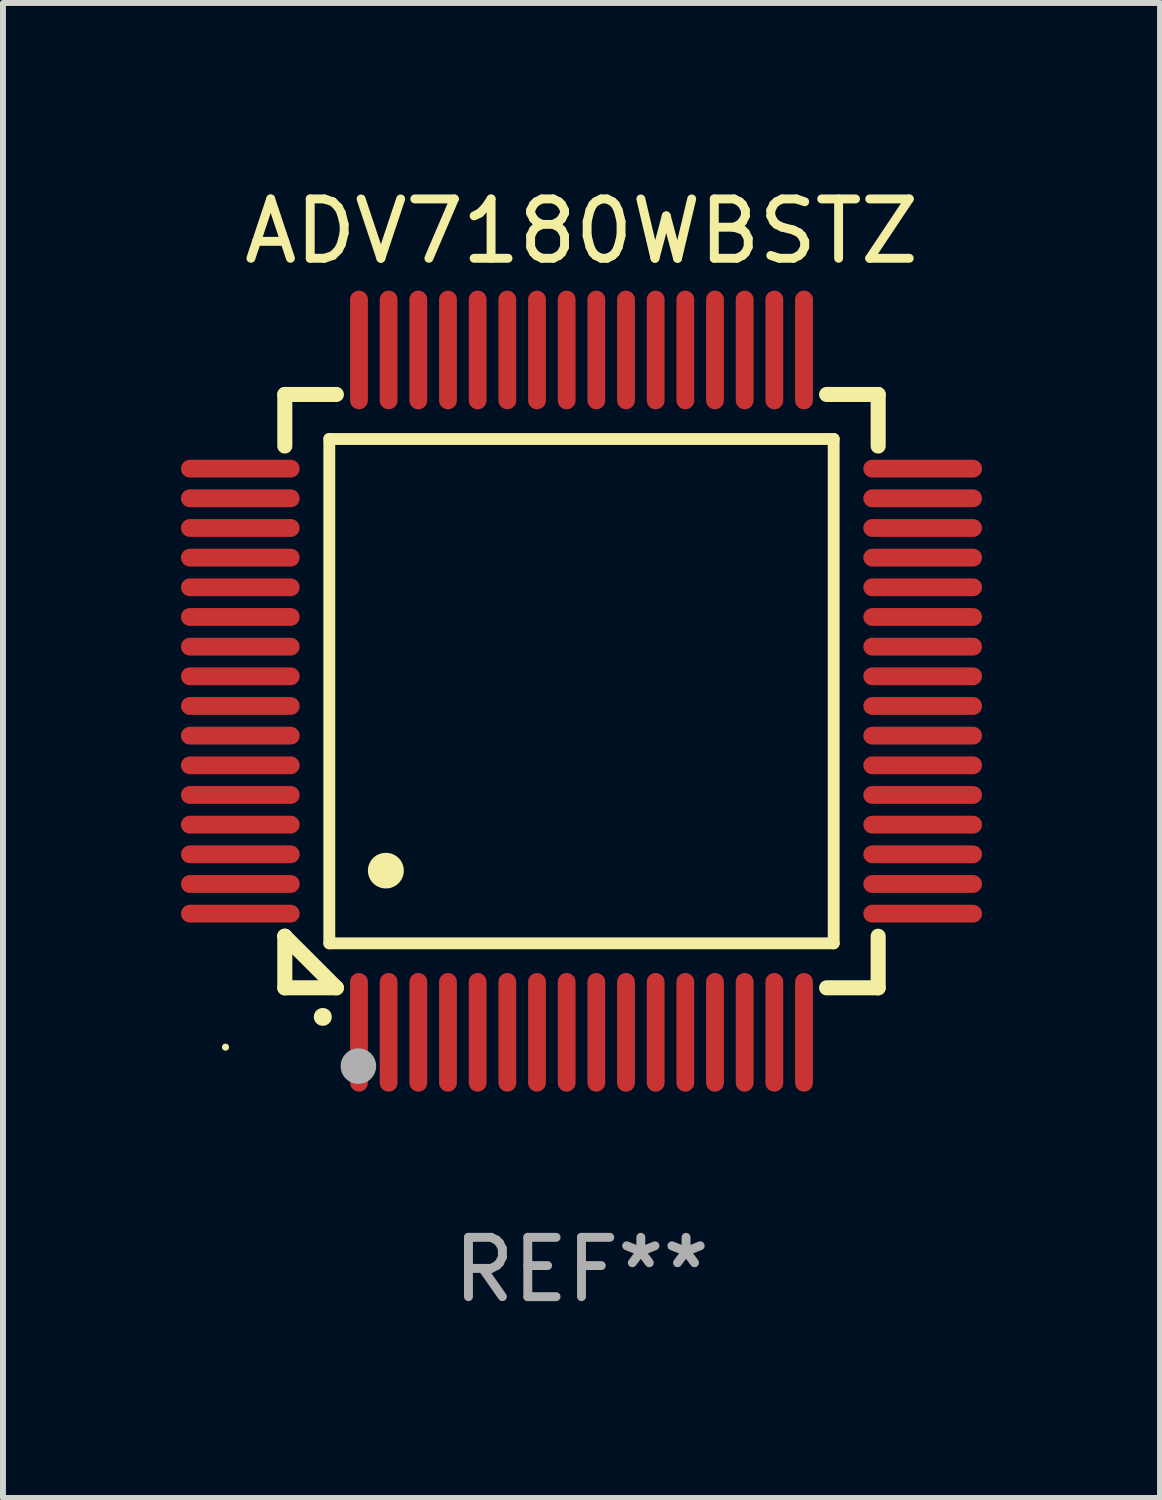
<source format=kicad_pcb>
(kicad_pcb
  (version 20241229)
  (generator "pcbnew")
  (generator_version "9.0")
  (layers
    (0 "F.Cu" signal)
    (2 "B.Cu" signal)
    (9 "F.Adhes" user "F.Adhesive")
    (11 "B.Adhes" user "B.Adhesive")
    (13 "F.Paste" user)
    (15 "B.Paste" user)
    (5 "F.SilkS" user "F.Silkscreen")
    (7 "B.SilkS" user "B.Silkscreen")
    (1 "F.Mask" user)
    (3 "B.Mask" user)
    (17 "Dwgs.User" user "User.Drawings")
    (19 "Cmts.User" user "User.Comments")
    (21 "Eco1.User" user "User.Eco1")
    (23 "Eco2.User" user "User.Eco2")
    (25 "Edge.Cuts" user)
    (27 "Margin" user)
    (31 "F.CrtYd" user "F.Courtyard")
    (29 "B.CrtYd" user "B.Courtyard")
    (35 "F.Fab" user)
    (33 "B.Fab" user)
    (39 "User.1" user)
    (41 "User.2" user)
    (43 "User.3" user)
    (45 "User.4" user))
  (footprint "ADV7180WBSTZ"
    (layer "F.Cu")
    (at 6.75 8.598)
    (property "Reference" "ADV7180WBSTZ" (at 0 -7.75 0) (layer "F.SilkS") (effects (font (size 1 1) (thickness 0.15))))
    (attr through_hole)
    (fp_line (start -5 -5) (end -4.131 -5) (stroke (width 0.254) (type solid)) (layer "F.SilkS"))
    (fp_line (start -5 -4.131) (end -5 -5) (stroke (width 0.254) (type solid)) (layer "F.SilkS"))
    (fp_line (start -5 4.131) (end -5 4.131) (stroke (width 0.254) (type solid)) (layer "F.SilkS"))
    (fp_line (start -5 5) (end -5 4.131) (stroke (width 0.254) (type solid)) (layer "F.SilkS"))
    (fp_line (start -5 4.131) (end -4.131 5) (stroke (width 0.254) (type solid)) (layer "F.SilkS"))
    (fp_line (start -4.25 -4.25) (end -4.25 4.25) (stroke (width 0.2) (type solid)) (layer "F.SilkS"))
    (fp_line (start -4.25 4.25) (end 4.25 4.25) (stroke (width 0.2) (type solid)) (layer "F.SilkS"))
    (fp_line (start -4.131 5) (end -5 5) (stroke (width 0.254) (type solid)) (layer "F.SilkS"))
    (fp_line (start 4.25 -4.25) (end -4.25 -4.25) (stroke (width 0.2) (type solid)) (layer "F.SilkS"))
    (fp_line (start 4.25 4.25) (end 4.25 -4.25) (stroke (width 0.2) (type solid)) (layer "F.SilkS"))
    (fp_line (start 5 -5) (end 4.131 -5) (stroke (width 0.254) (type solid)) (layer "F.SilkS"))
    (fp_line (start 5 -5) (end 5 -4.131) (stroke (width 0.254) (type solid)) (layer "F.SilkS"))
    (fp_line (start 5 4.131) (end 5 5) (stroke (width 0.254) (type solid)) (layer "F.SilkS"))
    (fp_line (start 5 5) (end 4.131 5) (stroke (width 0.254) (type solid)) (layer "F.SilkS"))
    (fp_arc (start -4.361265 5.489992) (mid -4.359995 5.489987) (end -4.358725 5.489992) (stroke (width 0.3) (type solid)) (layer "F.SilkS"))
    (fp_arc (start -3.299467 3.025146) (mid -3.296927 3.025135) (end -3.294387 3.025146) (stroke (width 0.6) (type solid)) (layer "F.SilkS"))
    (fp_circle (center -6 6) (end -5.97 6) (stroke (width 0.06) (type solid)) (fill no) (layer "F.SilkS"))
    (fp_circle (center -3.76 6.32) (end -3.61 6.32) (stroke (width 0.3) (type solid)) (fill no) (layer "F.Fab"))
    (fp_text user "REF**" (at 0 9.75 0) (layer "F.Fab") (effects (font (size 1 1) (thickness 0.15))))
    (pad "1" smd oval (at -3.75 5.75) (size 0.3 2) (layers "F.Cu" "F.Mask" "F.Paste"))
    (pad "2" smd oval (at -3.25 5.75) (size 0.3 2) (layers "F.Cu" "F.Mask" "F.Paste"))
    (pad "3" smd oval (at -2.75 5.75) (size 0.3 2) (layers "F.Cu" "F.Mask" "F.Paste"))
    (pad "4" smd oval (at -2.25 5.75) (size 0.3 2) (layers "F.Cu" "F.Mask" "F.Paste"))
    (pad "5" smd oval (at -1.75 5.75) (size 0.3 2) (layers "F.Cu" "F.Mask" "F.Paste"))
    (pad "6" smd oval (at -1.25 5.75) (size 0.3 2) (layers "F.Cu" "F.Mask" "F.Paste"))
    (pad "7" smd oval (at -0.75 5.75) (size 0.3 2) (layers "F.Cu" "F.Mask" "F.Paste"))
    (pad "8" smd oval (at -0.25 5.75) (size 0.3 2) (layers "F.Cu" "F.Mask" "F.Paste"))
    (pad "9" smd oval (at 0.25 5.75) (size 0.3 2) (layers "F.Cu" "F.Mask" "F.Paste"))
    (pad "10" smd oval (at 0.75 5.75) (size 0.3 2) (layers "F.Cu" "F.Mask" "F.Paste"))
    (pad "11" smd oval (at 1.25 5.75) (size 0.3 2) (layers "F.Cu" "F.Mask" "F.Paste"))
    (pad "12" smd oval (at 1.75 5.75) (size 0.3 2) (layers "F.Cu" "F.Mask" "F.Paste"))
    (pad "13" smd oval (at 2.25 5.75) (size 0.3 2) (layers "F.Cu" "F.Mask" "F.Paste"))
    (pad "14" smd oval (at 2.75 5.75) (size 0.3 2) (layers "F.Cu" "F.Mask" "F.Paste"))
    (pad "15" smd oval (at 3.25 5.75) (size 0.3 2) (layers "F.Cu" "F.Mask" "F.Paste"))
    (pad "16" smd oval (at 3.75 5.75) (size 0.3 2) (layers "F.Cu" "F.Mask" "F.Paste"))
    (pad "17" smd oval (at 5.75 3.75) (size 2 0.3) (layers "F.Cu" "F.Mask" "F.Paste"))
    (pad "18" smd oval (at 5.75 3.25) (size 2 0.3) (layers "F.Cu" "F.Mask" "F.Paste"))
    (pad "19" smd oval (at 5.75 2.75) (size 2 0.3) (layers "F.Cu" "F.Mask" "F.Paste"))
    (pad "20" smd oval (at 5.75 2.25) (size 2 0.3) (layers "F.Cu" "F.Mask" "F.Paste"))
    (pad "21" smd oval (at 5.75 1.75) (size 2 0.3) (layers "F.Cu" "F.Mask" "F.Paste"))
    (pad "22" smd oval (at 5.75 1.25) (size 2 0.3) (layers "F.Cu" "F.Mask" "F.Paste"))
    (pad "23" smd oval (at 5.75 0.75) (size 2 0.3) (layers "F.Cu" "F.Mask" "F.Paste"))
    (pad "24" smd oval (at 5.75 0.25) (size 2 0.3) (layers "F.Cu" "F.Mask" "F.Paste"))
    (pad "25" smd oval (at 5.75 -0.25) (size 2 0.3) (layers "F.Cu" "F.Mask" "F.Paste"))
    (pad "26" smd oval (at 5.75 -0.75) (size 2 0.3) (layers "F.Cu" "F.Mask" "F.Paste"))
    (pad "27" smd oval (at 5.75 -1.25) (size 2 0.3) (layers "F.Cu" "F.Mask" "F.Paste"))
    (pad "28" smd oval (at 5.75 -1.75) (size 2 0.3) (layers "F.Cu" "F.Mask" "F.Paste"))
    (pad "29" smd oval (at 5.75 -2.25) (size 2 0.3) (layers "F.Cu" "F.Mask" "F.Paste"))
    (pad "30" smd oval (at 5.75 -2.75) (size 2 0.3) (layers "F.Cu" "F.Mask" "F.Paste"))
    (pad "31" smd oval (at 5.75 -3.25) (size 2 0.3) (layers "F.Cu" "F.Mask" "F.Paste"))
    (pad "32" smd oval (at 5.75 -3.75) (size 2 0.3) (layers "F.Cu" "F.Mask" "F.Paste"))
    (pad "33" smd oval (at 3.75 -5.75) (size 0.3 2) (layers "F.Cu" "F.Mask" "F.Paste"))
    (pad "34" smd oval (at 3.25 -5.75) (size 0.3 2) (layers "F.Cu" "F.Mask" "F.Paste"))
    (pad "35" smd oval (at 2.75 -5.75) (size 0.3 2) (layers "F.Cu" "F.Mask" "F.Paste"))
    (pad "36" smd oval (at 2.25 -5.75) (size 0.3 2) (layers "F.Cu" "F.Mask" "F.Paste"))
    (pad "37" smd oval (at 1.75 -5.75) (size 0.3 2) (layers "F.Cu" "F.Mask" "F.Paste"))
    (pad "38" smd oval (at 1.25 -5.75) (size 0.3 2) (layers "F.Cu" "F.Mask" "F.Paste"))
    (pad "39" smd oval (at 0.75 -5.75) (size 0.3 2) (layers "F.Cu" "F.Mask" "F.Paste"))
    (pad "40" smd oval (at 0.25 -5.75) (size 0.3 2) (layers "F.Cu" "F.Mask" "F.Paste"))
    (pad "41" smd oval (at -0.25 -5.75) (size 0.3 2) (layers "F.Cu" "F.Mask" "F.Paste"))
    (pad "42" smd oval (at -0.75 -5.75) (size 0.3 2) (layers "F.Cu" "F.Mask" "F.Paste"))
    (pad "43" smd oval (at -1.25 -5.75) (size 0.3 2) (layers "F.Cu" "F.Mask" "F.Paste"))
    (pad "44" smd oval (at -1.75 -5.75) (size 0.3 2) (layers "F.Cu" "F.Mask" "F.Paste"))
    (pad "45" smd oval (at -2.25 -5.75) (size 0.3 2) (layers "F.Cu" "F.Mask" "F.Paste"))
    (pad "46" smd oval (at -2.75 -5.75) (size 0.3 2) (layers "F.Cu" "F.Mask" "F.Paste"))
    (pad "47" smd oval (at -3.25 -5.75) (size 0.3 2) (layers "F.Cu" "F.Mask" "F.Paste"))
    (pad "48" smd oval (at -3.75 -5.75) (size 0.3 2) (layers "F.Cu" "F.Mask" "F.Paste"))
    (pad "49" smd oval (at -5.75 -3.75) (size 2 0.3) (layers "F.Cu" "F.Mask" "F.Paste"))
    (pad "50" smd oval (at -5.75 -3.25) (size 2 0.3) (layers "F.Cu" "F.Mask" "F.Paste"))
    (pad "51" smd oval (at -5.75 -2.75) (size 2 0.3) (layers "F.Cu" "F.Mask" "F.Paste"))
    (pad "52" smd oval (at -5.75 -2.25) (size 2 0.3) (layers "F.Cu" "F.Mask" "F.Paste"))
    (pad "53" smd oval (at -5.75 -1.75) (size 2 0.3) (layers "F.Cu" "F.Mask" "F.Paste"))
    (pad "54" smd oval (at -5.75 -1.25) (size 2 0.3) (layers "F.Cu" "F.Mask" "F.Paste"))
    (pad "55" smd oval (at -5.75 -0.75) (size 2 0.3) (layers "F.Cu" "F.Mask" "F.Paste"))
    (pad "56" smd oval (at -5.75 -0.25) (size 2 0.3) (layers "F.Cu" "F.Mask" "F.Paste"))
    (pad "57" smd oval (at -5.75 0.25) (size 2 0.3) (layers "F.Cu" "F.Mask" "F.Paste"))
    (pad "58" smd oval (at -5.75 0.75) (size 2 0.3) (layers "F.Cu" "F.Mask" "F.Paste"))
    (pad "59" smd oval (at -5.75 1.25) (size 2 0.3) (layers "F.Cu" "F.Mask" "F.Paste"))
    (pad "60" smd oval (at -5.75 1.75) (size 2 0.3) (layers "F.Cu" "F.Mask" "F.Paste"))
    (pad "61" smd oval (at -5.75 2.25) (size 2 0.3) (layers "F.Cu" "F.Mask" "F.Paste"))
    (pad "62" smd oval (at -5.75 2.75) (size 2 0.3) (layers "F.Cu" "F.Mask" "F.Paste"))
    (pad "63" smd oval (at -5.75 3.25) (size 2 0.3) (layers "F.Cu" "F.Mask" "F.Paste"))
    (pad "64" smd oval (at -5.75 3.75) (size 2 0.3) (layers "F.Cu" "F.Mask" "F.Paste")))
  (gr_rect
    (start -3 -3)
    (end 16.5 22.196)
    (stroke (width 0.1) (type default))
    (fill no)
    (layer "Edge.Cuts")))
</source>
